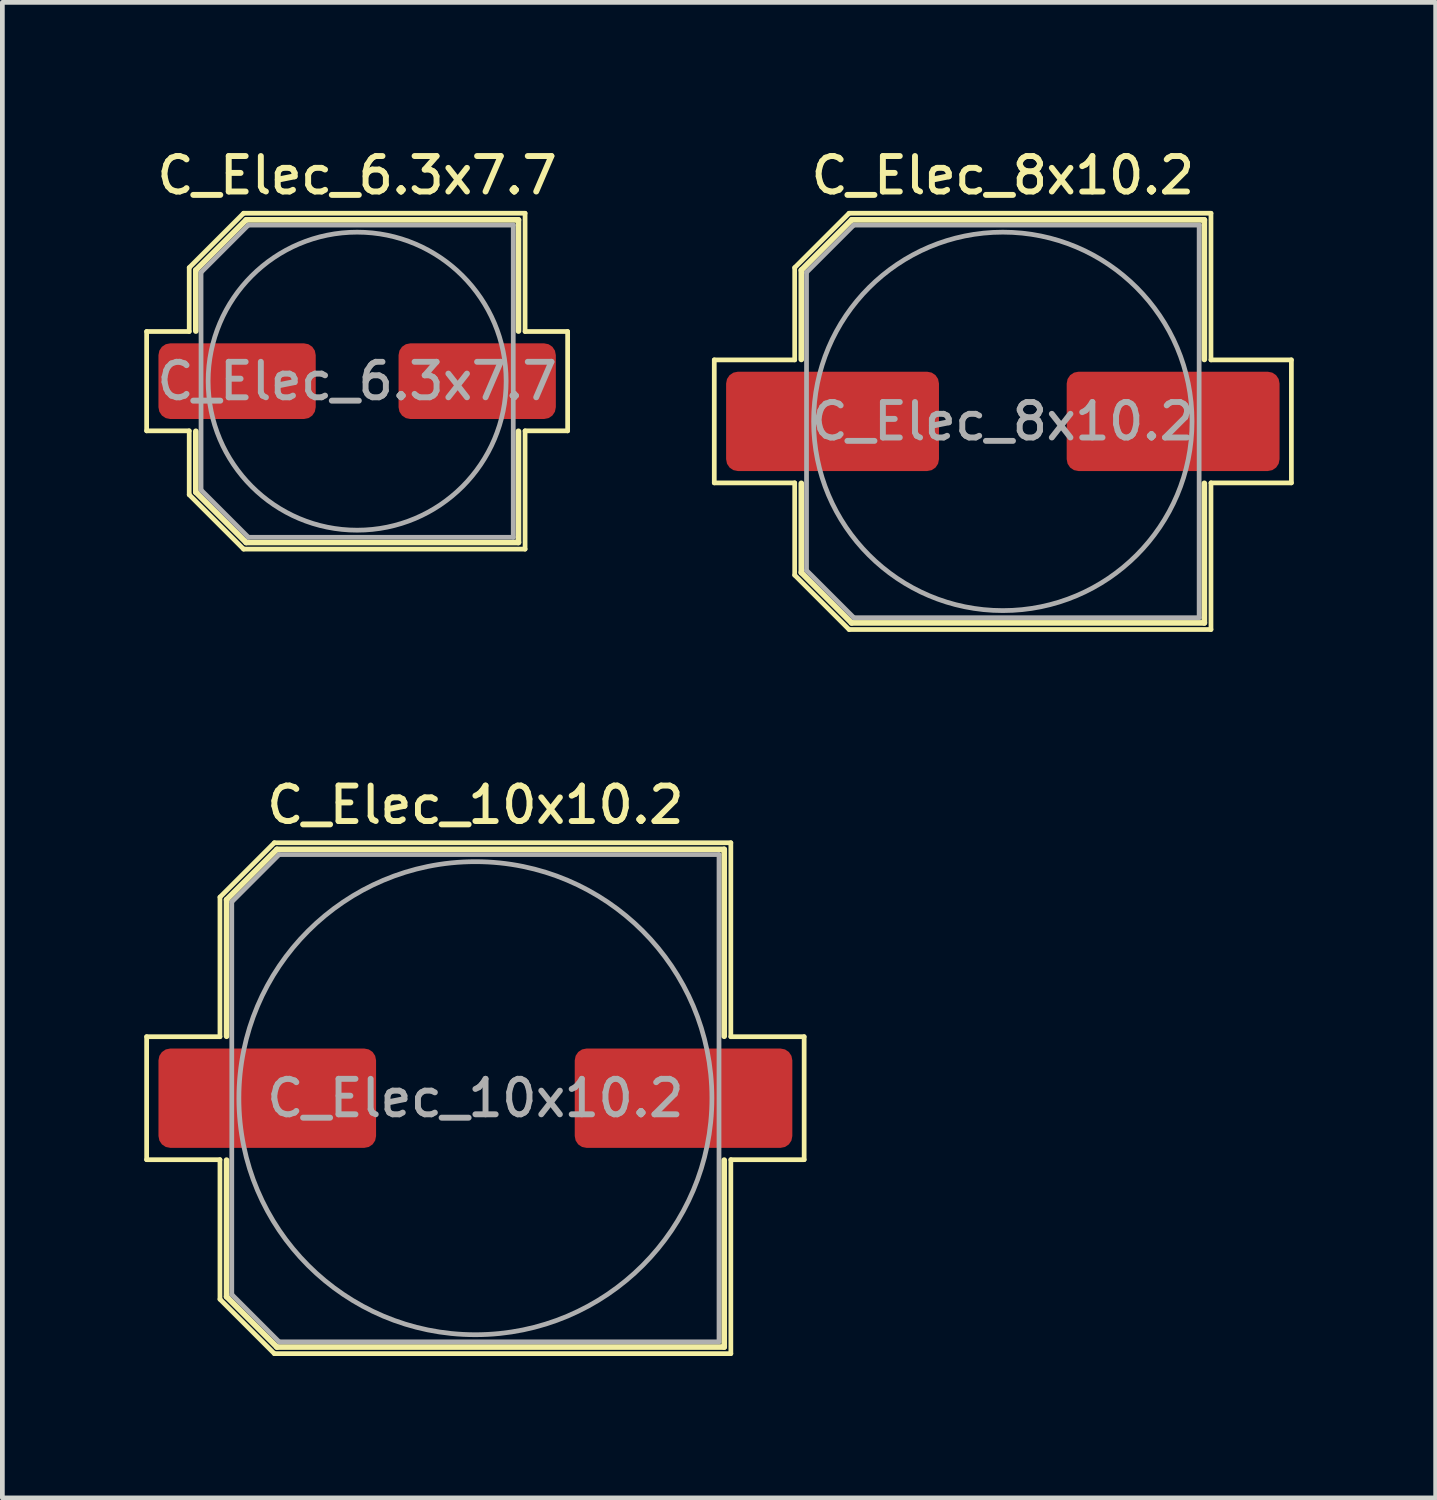
<source format=kicad_pcb>
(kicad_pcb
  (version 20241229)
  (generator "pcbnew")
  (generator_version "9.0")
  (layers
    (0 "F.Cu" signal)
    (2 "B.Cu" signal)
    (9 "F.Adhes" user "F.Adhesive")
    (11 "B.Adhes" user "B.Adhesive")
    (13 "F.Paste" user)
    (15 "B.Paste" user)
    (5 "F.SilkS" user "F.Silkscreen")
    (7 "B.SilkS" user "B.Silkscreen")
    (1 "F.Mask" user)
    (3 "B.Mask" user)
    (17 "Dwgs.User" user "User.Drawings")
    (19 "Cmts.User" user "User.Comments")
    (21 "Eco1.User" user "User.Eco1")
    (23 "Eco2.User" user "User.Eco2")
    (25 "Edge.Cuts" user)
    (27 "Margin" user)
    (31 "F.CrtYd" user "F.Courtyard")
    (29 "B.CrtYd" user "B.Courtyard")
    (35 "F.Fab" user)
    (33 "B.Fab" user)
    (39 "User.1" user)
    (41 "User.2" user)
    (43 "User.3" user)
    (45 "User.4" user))
  (footprint "C_Elec_10x10.2"
    (layer "F.Cu")
    (at 7 20.166)
    (property "Reference" "C_Elec_10x10.2" (at 0 -6.2 0) (layer "F.SilkS") (effects (font (size 0.75 0.75) (thickness 0.125))))
    (attr smd)
    (fp_line (start -6.95 -1.3) (end -6.95 1.3) (stroke (width 0.1) (type solid)) (layer "F.SilkS"))
    (fp_line (start -6.95 1.3) (end -5.4 1.3) (stroke (width 0.1) (type solid)) (layer "F.SilkS"))
    (fp_line (start -5.4 -4.25) (end -5.4 -1.3) (stroke (width 0.1) (type solid)) (layer "F.SilkS"))
    (fp_line (start -5.4 -4.25) (end -4.25 -5.4) (stroke (width 0.1) (type solid)) (layer "F.SilkS"))
    (fp_line (start -5.4 -1.3) (end -6.95 -1.3) (stroke (width 0.1) (type solid)) (layer "F.SilkS"))
    (fp_line (start -5.4 1.3) (end -5.4 4.25) (stroke (width 0.1) (type solid)) (layer "F.SilkS"))
    (fp_line (start -5.4 4.25) (end -4.25 5.4) (stroke (width 0.1) (type solid)) (layer "F.SilkS"))
    (fp_line (start -5.26 -4.196) (end -5.26 -1.31) (stroke (width 0.12) (type solid)) (layer "F.SilkS"))
    (fp_line (start -5.26 -4.196) (end -4.196 -5.26) (stroke (width 0.12) (type solid)) (layer "F.SilkS"))
    (fp_line (start -5.26 4.196) (end -5.26 1.31) (stroke (width 0.12) (type solid)) (layer "F.SilkS"))
    (fp_line (start -5.26 4.196) (end -4.196 5.26) (stroke (width 0.12) (type solid)) (layer "F.SilkS"))
    (fp_line (start -4.25 -5.4) (end 5.4 -5.4) (stroke (width 0.1) (type solid)) (layer "F.SilkS"))
    (fp_line (start -4.25 5.4) (end 5.4 5.4) (stroke (width 0.1) (type solid)) (layer "F.SilkS"))
    (fp_line (start -4.196 -5.26) (end 5.26 -5.26) (stroke (width 0.12) (type solid)) (layer "F.SilkS"))
    (fp_line (start -4.196 5.26) (end 5.26 5.26) (stroke (width 0.12) (type solid)) (layer "F.SilkS"))
    (fp_line (start 5.26 -5.26) (end 5.26 -1.31) (stroke (width 0.12) (type solid)) (layer "F.SilkS"))
    (fp_line (start 5.26 5.26) (end 5.26 1.31) (stroke (width 0.12) (type solid)) (layer "F.SilkS"))
    (fp_line (start 5.4 -5.4) (end 5.4 -1.3) (stroke (width 0.1) (type solid)) (layer "F.SilkS"))
    (fp_line (start 5.4 -1.3) (end 6.95 -1.3) (stroke (width 0.1) (type solid)) (layer "F.SilkS"))
    (fp_line (start 5.4 1.3) (end 5.4 5.4) (stroke (width 0.1) (type solid)) (layer "F.SilkS"))
    (fp_line (start 6.95 -1.3) (end 6.95 1.3) (stroke (width 0.1) (type solid)) (layer "F.SilkS"))
    (fp_line (start 6.95 1.3) (end 5.4 1.3) (stroke (width 0.1) (type solid)) (layer "F.SilkS"))
    (fp_line (start -5.15 -4.15) (end -5.15 4.15) (stroke (width 0.1) (type solid)) (layer "F.Fab"))
    (fp_line (start -5.15 -4.15) (end -4.15 -5.15) (stroke (width 0.1) (type solid)) (layer "F.Fab"))
    (fp_line (start -5.15 4.15) (end -4.15 5.15) (stroke (width 0.1) (type solid)) (layer "F.Fab"))
    (fp_line (start -4.15 -5.15) (end 5.15 -5.15) (stroke (width 0.1) (type solid)) (layer "F.Fab"))
    (fp_line (start -4.15 5.15) (end 5.15 5.15) (stroke (width 0.1) (type solid)) (layer "F.Fab"))
    (fp_line (start 5.15 -5.15) (end 5.15 5.15) (stroke (width 0.1) (type solid)) (layer "F.Fab"))
    (fp_circle (center 0 0) (end 5 0) (stroke (width 0.1) (type solid)) (fill no) (layer "F.Fab"))
    (fp_text user "${REFERENCE}" (at 0 0 0) (layer "F.Fab") (effects (font (size 0.75 0.75) (thickness 0.125))))
    (pad "1" smd roundrect (at -4.4 0) (size 4.6 2.1) (layers "F.Cu" "F.Mask" "F.Paste") (roundrect_rratio 0.119))
    (pad "2" smd roundrect (at 4.4 0) (size 4.6 2.1) (layers "F.Cu" "F.Mask" "F.Paste") (roundrect_rratio 0.119)))
  (footprint "C_Elec_8x10.2"
    (layer "F.Cu")
    (at 18.15 5.858)
    (property "Reference" "C_Elec_8x10.2" (at 0 -5.2 0) (layer "F.SilkS") (effects (font (size 0.75 0.75) (thickness 0.125))))
    (attr smd)
    (fp_line (start -6.1 -1.3) (end -6.1 1.3) (stroke (width 0.1) (type solid)) (layer "F.SilkS"))
    (fp_line (start -6.1 1.3) (end -4.4 1.3) (stroke (width 0.1) (type solid)) (layer "F.SilkS"))
    (fp_line (start -4.4 -3.25) (end -4.4 -1.3) (stroke (width 0.1) (type solid)) (layer "F.SilkS"))
    (fp_line (start -4.4 -3.25) (end -3.25 -4.4) (stroke (width 0.1) (type solid)) (layer "F.SilkS"))
    (fp_line (start -4.4 -1.3) (end -6.1 -1.3) (stroke (width 0.1) (type solid)) (layer "F.SilkS"))
    (fp_line (start -4.4 1.3) (end -4.4 3.25) (stroke (width 0.1) (type solid)) (layer "F.SilkS"))
    (fp_line (start -4.4 3.25) (end -3.25 4.4) (stroke (width 0.1) (type solid)) (layer "F.SilkS"))
    (fp_line (start -4.26 -3.196) (end -4.26 -1.31) (stroke (width 0.12) (type solid)) (layer "F.SilkS"))
    (fp_line (start -4.26 -3.196) (end -3.196 -4.26) (stroke (width 0.12) (type solid)) (layer "F.SilkS"))
    (fp_line (start -4.26 3.196) (end -4.26 1.31) (stroke (width 0.12) (type solid)) (layer "F.SilkS"))
    (fp_line (start -4.26 3.196) (end -3.196 4.26) (stroke (width 0.12) (type solid)) (layer "F.SilkS"))
    (fp_line (start -3.25 -4.4) (end 4.4 -4.4) (stroke (width 0.1) (type solid)) (layer "F.SilkS"))
    (fp_line (start -3.25 4.4) (end 4.4 4.4) (stroke (width 0.1) (type solid)) (layer "F.SilkS"))
    (fp_line (start -3.196 -4.26) (end 4.26 -4.26) (stroke (width 0.12) (type solid)) (layer "F.SilkS"))
    (fp_line (start -3.196 4.26) (end 4.26 4.26) (stroke (width 0.12) (type solid)) (layer "F.SilkS"))
    (fp_line (start 4.26 -4.26) (end 4.26 -1.31) (stroke (width 0.12) (type solid)) (layer "F.SilkS"))
    (fp_line (start 4.26 4.26) (end 4.26 1.31) (stroke (width 0.12) (type solid)) (layer "F.SilkS"))
    (fp_line (start 4.4 -4.4) (end 4.4 -1.3) (stroke (width 0.1) (type solid)) (layer "F.SilkS"))
    (fp_line (start 4.4 -1.3) (end 6.1 -1.3) (stroke (width 0.1) (type solid)) (layer "F.SilkS"))
    (fp_line (start 4.4 1.3) (end 4.4 4.4) (stroke (width 0.1) (type solid)) (layer "F.SilkS"))
    (fp_line (start 6.1 -1.3) (end 6.1 1.3) (stroke (width 0.1) (type solid)) (layer "F.SilkS"))
    (fp_line (start 6.1 1.3) (end 4.4 1.3) (stroke (width 0.1) (type solid)) (layer "F.SilkS"))
    (fp_line (start -4.15 -3.15) (end -4.15 3.15) (stroke (width 0.1) (type solid)) (layer "F.Fab"))
    (fp_line (start -4.15 -3.15) (end -3.15 -4.15) (stroke (width 0.1) (type solid)) (layer "F.Fab"))
    (fp_line (start -4.15 3.15) (end -3.15 4.15) (stroke (width 0.1) (type solid)) (layer "F.Fab"))
    (fp_line (start -3.15 -4.15) (end 4.15 -4.15) (stroke (width 0.1) (type solid)) (layer "F.Fab"))
    (fp_line (start -3.15 4.15) (end 4.15 4.15) (stroke (width 0.1) (type solid)) (layer "F.Fab"))
    (fp_line (start 4.15 -4.15) (end 4.15 4.15) (stroke (width 0.1) (type solid)) (layer "F.Fab"))
    (fp_circle (center 0 0) (end 4 0) (stroke (width 0.1) (type solid)) (fill no) (layer "F.Fab"))
    (fp_text user "${REFERENCE}" (at 0 0 0) (layer "F.Fab") (effects (font (size 0.75 0.75) (thickness 0.125))))
    (pad "1" smd roundrect (at -3.6 0) (size 4.5 2.1) (layers "F.Cu" "F.Mask" "F.Paste") (roundrect_rratio 0.119))
    (pad "2" smd roundrect (at 3.6 0) (size 4.5 2.1) (layers "F.Cu" "F.Mask" "F.Paste") (roundrect_rratio 0.119)))
  (footprint "C_Elec_6.3x7.7"
    (layer "F.Cu")
    (at 4.5 5.008)
    (property "Reference" "C_Elec_6.3x7.7" (at 0 -4.35 0) (layer "F.SilkS") (effects (font (size 0.75 0.75) (thickness 0.125))))
    (attr smd)
    (fp_line (start -4.45 -1.05) (end -4.45 1.05) (stroke (width 0.1) (type solid)) (layer "F.SilkS"))
    (fp_line (start -4.45 1.05) (end -3.55 1.05) (stroke (width 0.1) (type solid)) (layer "F.SilkS"))
    (fp_line (start -3.55 -2.4) (end -3.55 -1.05) (stroke (width 0.1) (type solid)) (layer "F.SilkS"))
    (fp_line (start -3.55 -2.4) (end -2.4 -3.55) (stroke (width 0.1) (type solid)) (layer "F.SilkS"))
    (fp_line (start -3.55 -1.05) (end -4.45 -1.05) (stroke (width 0.1) (type solid)) (layer "F.SilkS"))
    (fp_line (start -3.55 1.05) (end -3.55 2.4) (stroke (width 0.1) (type solid)) (layer "F.SilkS"))
    (fp_line (start -3.55 2.4) (end -2.4 3.55) (stroke (width 0.1) (type solid)) (layer "F.SilkS"))
    (fp_line (start -3.41 -2.346) (end -3.41 -1.06) (stroke (width 0.12) (type solid)) (layer "F.SilkS"))
    (fp_line (start -3.41 -2.346) (end -2.346 -3.41) (stroke (width 0.12) (type solid)) (layer "F.SilkS"))
    (fp_line (start -3.41 2.346) (end -3.41 1.06) (stroke (width 0.12) (type solid)) (layer "F.SilkS"))
    (fp_line (start -3.41 2.346) (end -2.346 3.41) (stroke (width 0.12) (type solid)) (layer "F.SilkS"))
    (fp_line (start -2.4 -3.55) (end 3.55 -3.55) (stroke (width 0.1) (type solid)) (layer "F.SilkS"))
    (fp_line (start -2.4 3.55) (end 3.55 3.55) (stroke (width 0.1) (type solid)) (layer "F.SilkS"))
    (fp_line (start -2.346 -3.41) (end 3.41 -3.41) (stroke (width 0.12) (type solid)) (layer "F.SilkS"))
    (fp_line (start -2.346 3.41) (end 3.41 3.41) (stroke (width 0.12) (type solid)) (layer "F.SilkS"))
    (fp_line (start 3.41 -3.41) (end 3.41 -1.06) (stroke (width 0.12) (type solid)) (layer "F.SilkS"))
    (fp_line (start 3.41 3.41) (end 3.41 1.06) (stroke (width 0.12) (type solid)) (layer "F.SilkS"))
    (fp_line (start 3.55 -3.55) (end 3.55 -1.05) (stroke (width 0.1) (type solid)) (layer "F.SilkS"))
    (fp_line (start 3.55 -1.05) (end 4.45 -1.05) (stroke (width 0.1) (type solid)) (layer "F.SilkS"))
    (fp_line (start 3.55 1.05) (end 3.55 3.55) (stroke (width 0.1) (type solid)) (layer "F.SilkS"))
    (fp_line (start 4.45 -1.05) (end 4.45 1.05) (stroke (width 0.1) (type solid)) (layer "F.SilkS"))
    (fp_line (start 4.45 1.05) (end 3.55 1.05) (stroke (width 0.1) (type solid)) (layer "F.SilkS"))
    (fp_line (start -3.3 -2.3) (end -3.3 2.3) (stroke (width 0.1) (type solid)) (layer "F.Fab"))
    (fp_line (start -3.3 -2.3) (end -2.3 -3.3) (stroke (width 0.1) (type solid)) (layer "F.Fab"))
    (fp_line (start -3.3 2.3) (end -2.3 3.3) (stroke (width 0.1) (type solid)) (layer "F.Fab"))
    (fp_line (start -2.3 -3.3) (end 3.3 -3.3) (stroke (width 0.1) (type solid)) (layer "F.Fab"))
    (fp_line (start -2.3 3.3) (end 3.3 3.3) (stroke (width 0.1) (type solid)) (layer "F.Fab"))
    (fp_line (start 3.3 -3.3) (end 3.3 3.3) (stroke (width 0.1) (type solid)) (layer "F.Fab"))
    (fp_circle (center 0 0) (end 3.15 0) (stroke (width 0.1) (type solid)) (fill no) (layer "F.Fab"))
    (fp_text user "${REFERENCE}" (at 0 0 0) (layer "F.Fab") (effects (font (size 0.75 0.75) (thickness 0.125))))
    (pad "1" smd roundrect (at -2.538 0) (size 3.325 1.6) (layers "F.Cu" "F.Mask" "F.Paste") (roundrect_rratio 0.156))
    (pad "2" smd roundrect (at 2.538 0) (size 3.325 1.6) (layers "F.Cu" "F.Mask" "F.Paste") (roundrect_rratio 0.156)))
  (gr_rect
    (start -3 -3)
    (end 27.3 28.616)
    (stroke (width 0.1) (type default))
    (fill no)
    (layer "Edge.Cuts")))
</source>
